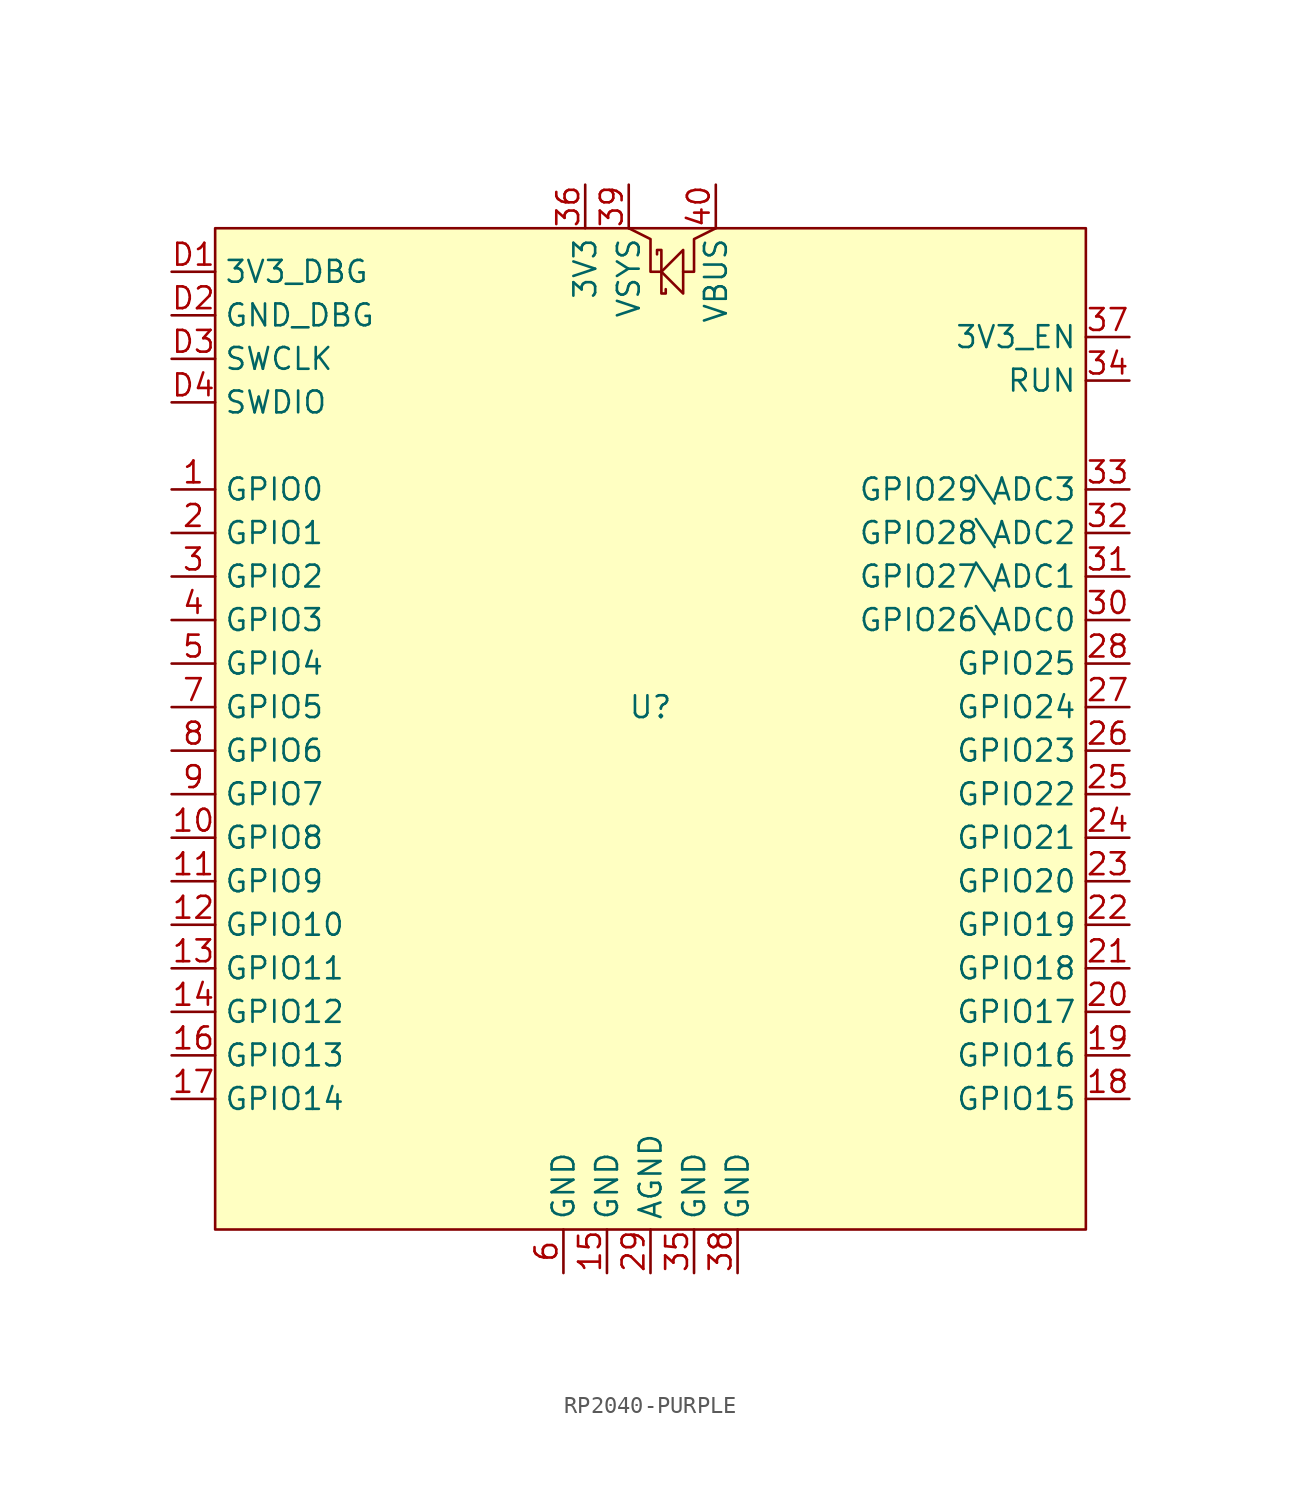
<source format=kicad_sym>
(kicad_symbol_lib
  (version 20231120)
  (generator "kicad_symbol_editor")
  (generator_version "8.0")
  (symbol "RP2040-PURPLE"
    (property "Reference" "U"
      (at 0 0 0)
      (effects (font (size 1.27 1.27))))
    (property "Value" ""
      (at 0 0 0)
      (effects (font (size 1.27 1.27))))
    (symbol "RP2040-PURPLE_0_1"
      (polyline (pts (xy -1.27 27.94) (xy 0 27.305) (xy 0 25.4) (xy 0.635 25.4)) (stroke (width 0) (type default)) (fill (type none)))
      (polyline (pts (xy 0.635 25.4) (xy 1.905 26.67) (xy 1.905 24.13) (xy 0.635 25.4)) (stroke (width 0) (type default)) (fill (type none)))
      (polyline (pts (xy 3.81 27.94) (xy 2.54 27.305) (xy 2.54 25.4) (xy 1.905 25.4)) (stroke (width 0) (type default)) (fill (type none)))
      (polyline (pts (xy 0.381 26.416) (xy 0.381 26.67) (xy 0.635 26.67) (xy 0.635 24.13) (xy 0.889 24.13) (xy 0.889 24.384)) (stroke (width 0) (type default)) (fill (type none))))
    (symbol "RP2040-PURPLE_1_1"
      (rectangle (start -25.4 27.94) (end 25.4 -30.48) (stroke (width 0) (type default)) (fill (type background)))
      (pin bidirectional line (at -27.94 12.7 0) (length 2.54) (name "GPIO0" (effects (font (size 1.27 1.27)))) (number "1" (effects (font (size 1.27 1.27)))))
      (pin bidirectional line (at -27.94 -7.62 0) (length 2.54) (name "GPIO8" (effects (font (size 1.27 1.27)))) (number "10" (effects (font (size 1.27 1.27)))))
      (pin bidirectional line (at -27.94 -10.16 0) (length 2.54) (name "GPIO9" (effects (font (size 1.27 1.27)))) (number "11" (effects (font (size 1.27 1.27)))))
      (pin bidirectional line (at -27.94 -12.7 0) (length 2.54) (name "GPIO10" (effects (font (size 1.27 1.27)))) (number "12" (effects (font (size 1.27 1.27)))))
      (pin bidirectional line (at -27.94 -15.24 0) (length 2.54) (name "GPIO11" (effects (font (size 1.27 1.27)))) (number "13" (effects (font (size 1.27 1.27)))))
      (pin bidirectional line (at -27.94 -17.78 0) (length 2.54) (name "GPIO12" (effects (font (size 1.27 1.27)))) (number "14" (effects (font (size 1.27 1.27)))))
      (pin power_in line (at -2.54 -33.02 90) (length 2.54) (name "GND" (effects (font (size 1.27 1.27)))) (number "15" (effects (font (size 1.27 1.27)))))
      (pin bidirectional line (at -27.94 -20.32 0) (length 2.54) (name "GPIO13" (effects (font (size 1.27 1.27)))) (number "16" (effects (font (size 1.27 1.27)))))
      (pin bidirectional line (at -27.94 -22.86 0) (length 2.54) (name "GPIO14" (effects (font (size 1.27 1.27)))) (number "17" (effects (font (size 1.27 1.27)))))
      (pin bidirectional line (at 27.94 -22.86 180) (length 2.54) (name "GPIO15" (effects (font (size 1.27 1.27)))) (number "18" (effects (font (size 1.27 1.27)))))
      (pin bidirectional line (at 27.94 -20.32 180) (length 2.54) (name "GPIO16" (effects (font (size 1.27 1.27)))) (number "19" (effects (font (size 1.27 1.27)))))
      (pin bidirectional line (at -27.94 10.16 0) (length 2.54) (name "GPIO1" (effects (font (size 1.27 1.27)))) (number "2" (effects (font (size 1.27 1.27)))))
      (pin bidirectional line (at 27.94 -17.78 180) (length 2.54) (name "GPIO17" (effects (font (size 1.27 1.27)))) (number "20" (effects (font (size 1.27 1.27)))))
      (pin bidirectional line (at 27.94 -15.24 180) (length 2.54) (name "GPIO18" (effects (font (size 1.27 1.27)))) (number "21" (effects (font (size 1.27 1.27)))))
      (pin bidirectional line (at 27.94 -12.7 180) (length 2.54) (name "GPIO19" (effects (font (size 1.27 1.27)))) (number "22" (effects (font (size 1.27 1.27)))))
      (pin bidirectional line (at 27.94 -10.16 180) (length 2.54) (name "GPIO20" (effects (font (size 1.27 1.27)))) (number "23" (effects (font (size 1.27 1.27)))))
      (pin bidirectional line (at 27.94 -7.62 180) (length 2.54) (name "GPIO21" (effects (font (size 1.27 1.27)))) (number "24" (effects (font (size 1.27 1.27)))))
      (pin bidirectional line (at 27.94 -5.08 180) (length 2.54) (name "GPIO22" (effects (font (size 1.27 1.27)))) (number "25" (effects (font (size 1.27 1.27)))))
      (pin bidirectional line (at 27.94 -2.54 180) (length 2.54) (name "GPIO23" (effects (font (size 1.27 1.27)))) (number "26" (effects (font (size 1.27 1.27)))))
      (pin bidirectional line (at 27.94 0 180) (length 2.54) (name "GPIO24" (effects (font (size 1.27 1.27)))) (number "27" (effects (font (size 1.27 1.27)))))
      (pin bidirectional line (at 27.94 2.54 180) (length 2.54) (name "GPIO25" (effects (font (size 1.27 1.27)))) (number "28" (effects (font (size 1.27 1.27)))))
      (pin power_in line (at 0 -33.02 90) (length 2.54) (name "AGND" (effects (font (size 1.27 1.27)))) (number "29" (effects (font (size 1.27 1.27)))))
      (pin bidirectional line (at -27.94 7.62 0) (length 2.54) (name "GPIO2" (effects (font (size 1.27 1.27)))) (number "3" (effects (font (size 1.27 1.27)))))
      (pin bidirectional line (at 27.94 5.08 180) (length 2.54) (name "GPIO26\\ADC0" (effects (font (size 1.27 1.27)))) (number "30" (effects (font (size 1.27 1.27)))))
      (pin bidirectional line (at 27.94 7.62 180) (length 2.54) (name "GPIO27\\ADC1" (effects (font (size 1.27 1.27)))) (number "31" (effects (font (size 1.27 1.27)))))
      (pin bidirectional line (at 27.94 10.16 180) (length 2.54) (name "GPIO28\\ADC2" (effects (font (size 1.27 1.27)))) (number "32" (effects (font (size 1.27 1.27)))))
      (pin bidirectional line (at 27.94 12.7 180) (length 2.54) (name "GPIO29\\ADC3" (effects (font (size 1.27 1.27)))) (number "33" (effects (font (size 1.27 1.27)))))
      (pin input line (at 27.94 19.05 180) (length 2.54) (name "RUN" (effects (font (size 1.27 1.27)))) (number "34" (effects (font (size 1.27 1.27)))))
      (pin power_in line (at 2.54 -33.02 90) (length 2.54) (name "GND" (effects (font (size 1.27 1.27)))) (number "35" (effects (font (size 1.27 1.27)))))
      (pin power_out line (at -3.81 30.48 270) (length 2.54) (name "3V3" (effects (font (size 1.27 1.27)))) (number "36" (effects (font (size 1.27 1.27)))))
      (pin input line (at 27.94 21.59 180) (length 2.54) (name "3V3_EN" (effects (font (size 1.27 1.27)))) (number "37" (effects (font (size 1.27 1.27)))))
      (pin power_in line (at 5.08 -33.02 90) (length 2.54) (name "GND" (effects (font (size 1.27 1.27)))) (number "38" (effects (font (size 1.27 1.27)))))
      (pin power_in line (at -1.27 30.48 270) (length 2.54) (name "VSYS" (effects (font (size 1.27 1.27)))) (number "39" (effects (font (size 1.27 1.27)))))
      (pin bidirectional line (at -27.94 5.08 0) (length 2.54) (name "GPIO3" (effects (font (size 1.27 1.27)))) (number "4" (effects (font (size 1.27 1.27)))))
      (pin power_out line (at 3.81 30.48 270) (length 2.54) (name "VBUS" (effects (font (size 1.27 1.27)))) (number "40" (effects (font (size 1.27 1.27)))))
      (pin bidirectional line (at -27.94 2.54 0) (length 2.54) (name "GPIO4" (effects (font (size 1.27 1.27)))) (number "5" (effects (font (size 1.27 1.27)))))
      (pin power_in line (at -5.08 -33.02 90) (length 2.54) (name "GND" (effects (font (size 1.27 1.27)))) (number "6" (effects (font (size 1.27 1.27)))))
      (pin bidirectional line (at -27.94 0 0) (length 2.54) (name "GPIO5" (effects (font (size 1.27 1.27)))) (number "7" (effects (font (size 1.27 1.27)))))
      (pin bidirectional line (at -27.94 -2.54 0) (length 2.54) (name "GPIO6" (effects (font (size 1.27 1.27)))) (number "8" (effects (font (size 1.27 1.27)))))
      (pin bidirectional line (at -27.94 -5.08 0) (length 2.54) (name "GPIO7" (effects (font (size 1.27 1.27)))) (number "9" (effects (font (size 1.27 1.27)))))
      (pin power_out line (at -27.94 25.4 0) (length 2.54) (name "3V3_DBG" (effects (font (size 1.27 1.27)))) (number "D1" (effects (font (size 1.27 1.27)))))
      (pin power_in line (at -27.94 22.86 0) (length 2.54) (name "GND_DBG" (effects (font (size 1.27 1.27)))) (number "D2" (effects (font (size 1.27 1.27)))))
      (pin input line (at -27.94 20.32 0) (length 2.54) (name "SWCLK" (effects (font (size 1.27 1.27)))) (number "D3" (effects (font (size 1.27 1.27)))))
      (pin bidirectional line (at -27.94 17.78 0) (length 2.54) (name "SWDIO" (effects (font (size 1.27 1.27)))) (number "D4" (effects (font (size 1.27 1.27))))))))
</source>
